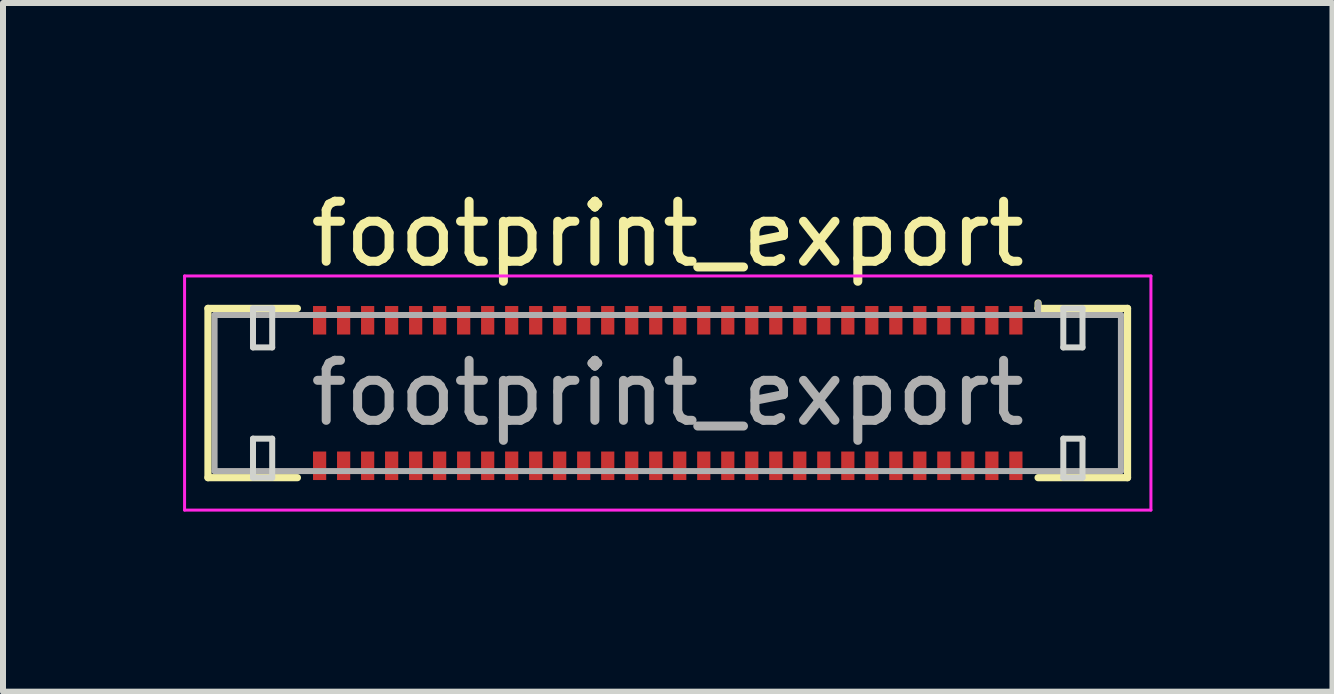
<source format=kicad_pcb>
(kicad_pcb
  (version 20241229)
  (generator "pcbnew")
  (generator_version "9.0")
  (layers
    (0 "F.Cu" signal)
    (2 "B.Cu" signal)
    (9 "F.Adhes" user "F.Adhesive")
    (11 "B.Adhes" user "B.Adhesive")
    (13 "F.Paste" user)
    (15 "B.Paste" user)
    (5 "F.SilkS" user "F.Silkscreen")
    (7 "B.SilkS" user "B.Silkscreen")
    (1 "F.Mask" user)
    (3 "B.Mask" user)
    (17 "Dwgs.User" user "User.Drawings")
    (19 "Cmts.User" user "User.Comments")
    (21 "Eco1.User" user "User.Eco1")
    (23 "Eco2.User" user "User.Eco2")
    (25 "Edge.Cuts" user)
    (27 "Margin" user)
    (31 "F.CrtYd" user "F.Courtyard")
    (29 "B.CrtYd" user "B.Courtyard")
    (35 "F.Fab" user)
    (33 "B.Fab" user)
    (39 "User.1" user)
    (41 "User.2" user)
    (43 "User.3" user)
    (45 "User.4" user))
  (footprint "footprint_export"
    (layer "F.Cu")
    (at 8.075 3.498)
    (property "Reference" "footprint_export" (at 0 -2.65 0) (layer "F.SilkS") (effects (font (size 1 1) (thickness 0.15))))
    (attr smd)
    (fp_line (start -7.66 -1.41) (end -6.17 -1.41) (stroke (width 0.12) (type solid)) (layer "F.SilkS"))
    (fp_line (start -7.66 1.41) (end -7.66 -1.41) (stroke (width 0.12) (type solid)) (layer "F.SilkS"))
    (fp_line (start -6.17 1.41) (end -7.66 1.41) (stroke (width 0.12) (type solid)) (layer "F.SilkS"))
    (fp_line (start 6.17 -1.41) (end 6.17 -1.5) (stroke (width 0.12) (type solid)) (layer "F.SilkS"))
    (fp_line (start 6.17 1.41) (end 7.66 1.41) (stroke (width 0.12) (type solid)) (layer "F.SilkS"))
    (fp_line (start 7.66 -1.41) (end 6.17 -1.41) (stroke (width 0.12) (type solid)) (layer "F.SilkS"))
    (fp_line (start 7.66 1.41) (end 7.66 -1.41) (stroke (width 0.12) (type solid)) (layer "F.SilkS"))
    (fp_line (start -6.91 -1.41) (end -6.91 -0.76) (stroke (width 0.1) (type solid)) (layer "Edge.Cuts"))
    (fp_line (start -6.91 -0.76) (end -6.59 -0.76) (stroke (width 0.1) (type solid)) (layer "Edge.Cuts"))
    (fp_line (start -6.91 0.76) (end -6.91 1.41) (stroke (width 0.1) (type solid)) (layer "Edge.Cuts"))
    (fp_line (start -6.91 1.41) (end -6.59 1.41) (stroke (width 0.1) (type solid)) (layer "Edge.Cuts"))
    (fp_line (start -6.59 -1.41) (end -6.91 -1.41) (stroke (width 0.1) (type solid)) (layer "Edge.Cuts"))
    (fp_line (start -6.59 -0.76) (end -6.59 -1.41) (stroke (width 0.1) (type solid)) (layer "Edge.Cuts"))
    (fp_line (start -6.59 0.76) (end -6.91 0.76) (stroke (width 0.1) (type solid)) (layer "Edge.Cuts"))
    (fp_line (start -6.59 1.41) (end -6.59 0.76) (stroke (width 0.1) (type solid)) (layer "Edge.Cuts"))
    (fp_line (start 6.59 -1.41) (end 6.59 -0.76) (stroke (width 0.1) (type solid)) (layer "Edge.Cuts"))
    (fp_line (start 6.59 -0.76) (end 6.91 -0.76) (stroke (width 0.1) (type solid)) (layer "Edge.Cuts"))
    (fp_line (start 6.59 0.76) (end 6.59 1.41) (stroke (width 0.1) (type solid)) (layer "Edge.Cuts"))
    (fp_line (start 6.59 1.41) (end 6.91 1.41) (stroke (width 0.1) (type solid)) (layer "Edge.Cuts"))
    (fp_line (start 6.91 -1.41) (end 6.59 -1.41) (stroke (width 0.1) (type solid)) (layer "Edge.Cuts"))
    (fp_line (start 6.91 -0.76) (end 6.91 -1.41) (stroke (width 0.1) (type solid)) (layer "Edge.Cuts"))
    (fp_line (start 6.91 0.76) (end 6.59 0.76) (stroke (width 0.1) (type solid)) (layer "Edge.Cuts"))
    (fp_line (start 6.91 1.41) (end 6.91 0.76) (stroke (width 0.1) (type solid)) (layer "Edge.Cuts"))
    (fp_line (start -8.05 -1.95) (end -8.05 1.95) (stroke (width 0.05) (type solid)) (layer "F.CrtYd"))
    (fp_line (start -8.05 1.95) (end 8.05 1.95) (stroke (width 0.05) (type solid)) (layer "F.CrtYd"))
    (fp_line (start 8.05 -1.95) (end -8.05 -1.95) (stroke (width 0.05) (type solid)) (layer "F.CrtYd"))
    (fp_line (start 8.05 1.95) (end 8.05 -1.95) (stroke (width 0.05) (type solid)) (layer "F.CrtYd"))
    (fp_line (start -7.55 -1.3) (end -7.55 1.3) (stroke (width 0.1) (type solid)) (layer "F.Fab"))
    (fp_line (start -7.55 1.3) (end 7.55 1.3) (stroke (width 0.1) (type solid)) (layer "F.Fab"))
    (fp_line (start 6.17 -1.3) (end 6.17 -1.5) (stroke (width 0.1) (type solid)) (layer "F.Fab"))
    (fp_line (start 7.55 -1.3) (end -7.55 -1.3) (stroke (width 0.1) (type solid)) (layer "F.Fab"))
    (fp_line (start 7.55 1.3) (end 7.55 -1.3) (stroke (width 0.1) (type solid)) (layer "F.Fab"))
    (fp_text user "${REFERENCE}" (at 0 0 0) (layer "F.Fab") (effects (font (size 1 1) (thickness 0.15))))
    (pad "1" smd rect (at 5.8 -1.212) (size 0.22 0.475) (layers "F.Cu" "F.Mask" "F.Paste"))
    (pad "2" smd rect (at 5.8 1.212) (size 0.22 0.475) (layers "F.Cu" "F.Mask" "F.Paste"))
    (pad "3" smd rect (at 5.4 -1.212) (size 0.22 0.475) (layers "F.Cu" "F.Mask" "F.Paste"))
    (pad "4" smd rect (at 5.4 1.212) (size 0.22 0.475) (layers "F.Cu" "F.Mask" "F.Paste"))
    (pad "5" smd rect (at 5 -1.212) (size 0.22 0.475) (layers "F.Cu" "F.Mask" "F.Paste"))
    (pad "6" smd rect (at 5 1.212) (size 0.22 0.475) (layers "F.Cu" "F.Mask" "F.Paste"))
    (pad "7" smd rect (at 4.6 -1.212) (size 0.22 0.475) (layers "F.Cu" "F.Mask" "F.Paste"))
    (pad "8" smd rect (at 4.6 1.212) (size 0.22 0.475) (layers "F.Cu" "F.Mask" "F.Paste"))
    (pad "9" smd rect (at 4.2 -1.212) (size 0.22 0.475) (layers "F.Cu" "F.Mask" "F.Paste"))
    (pad "10" smd rect (at 4.2 1.212) (size 0.22 0.475) (layers "F.Cu" "F.Mask" "F.Paste"))
    (pad "11" smd rect (at 3.8 -1.212) (size 0.22 0.475) (layers "F.Cu" "F.Mask" "F.Paste"))
    (pad "12" smd rect (at 3.8 1.212) (size 0.22 0.475) (layers "F.Cu" "F.Mask" "F.Paste"))
    (pad "13" smd rect (at 3.4 -1.212) (size 0.22 0.475) (layers "F.Cu" "F.Mask" "F.Paste"))
    (pad "14" smd rect (at 3.4 1.212) (size 0.22 0.475) (layers "F.Cu" "F.Mask" "F.Paste"))
    (pad "15" smd rect (at 3 -1.212) (size 0.22 0.475) (layers "F.Cu" "F.Mask" "F.Paste"))
    (pad "16" smd rect (at 3 1.212) (size 0.22 0.475) (layers "F.Cu" "F.Mask" "F.Paste"))
    (pad "17" smd rect (at 2.6 -1.212) (size 0.22 0.475) (layers "F.Cu" "F.Mask" "F.Paste"))
    (pad "18" smd rect (at 2.6 1.212) (size 0.22 0.475) (layers "F.Cu" "F.Mask" "F.Paste"))
    (pad "19" smd rect (at 2.2 -1.212) (size 0.22 0.475) (layers "F.Cu" "F.Mask" "F.Paste"))
    (pad "20" smd rect (at 2.2 1.212) (size 0.22 0.475) (layers "F.Cu" "F.Mask" "F.Paste"))
    (pad "21" smd rect (at 1.8 -1.212) (size 0.22 0.475) (layers "F.Cu" "F.Mask" "F.Paste"))
    (pad "22" smd rect (at 1.8 1.212) (size 0.22 0.475) (layers "F.Cu" "F.Mask" "F.Paste"))
    (pad "23" smd rect (at 1.4 -1.212) (size 0.22 0.475) (layers "F.Cu" "F.Mask" "F.Paste"))
    (pad "24" smd rect (at 1.4 1.212) (size 0.22 0.475) (layers "F.Cu" "F.Mask" "F.Paste"))
    (pad "25" smd rect (at 1 -1.212) (size 0.22 0.475) (layers "F.Cu" "F.Mask" "F.Paste"))
    (pad "26" smd rect (at 1 1.212) (size 0.22 0.475) (layers "F.Cu" "F.Mask" "F.Paste"))
    (pad "27" smd rect (at 0.6 -1.212) (size 0.22 0.475) (layers "F.Cu" "F.Mask" "F.Paste"))
    (pad "28" smd rect (at 0.6 1.212) (size 0.22 0.475) (layers "F.Cu" "F.Mask" "F.Paste"))
    (pad "29" smd rect (at 0.2 -1.212) (size 0.22 0.475) (layers "F.Cu" "F.Mask" "F.Paste"))
    (pad "30" smd rect (at 0.2 1.212) (size 0.22 0.475) (layers "F.Cu" "F.Mask" "F.Paste"))
    (pad "31" smd rect (at -0.2 -1.212) (size 0.22 0.475) (layers "F.Cu" "F.Mask" "F.Paste"))
    (pad "32" smd rect (at -0.2 1.212) (size 0.22 0.475) (layers "F.Cu" "F.Mask" "F.Paste"))
    (pad "33" smd rect (at -0.6 -1.212) (size 0.22 0.475) (layers "F.Cu" "F.Mask" "F.Paste"))
    (pad "34" smd rect (at -0.6 1.212) (size 0.22 0.475) (layers "F.Cu" "F.Mask" "F.Paste"))
    (pad "35" smd rect (at -1 -1.212) (size 0.22 0.475) (layers "F.Cu" "F.Mask" "F.Paste"))
    (pad "36" smd rect (at -1 1.212) (size 0.22 0.475) (layers "F.Cu" "F.Mask" "F.Paste"))
    (pad "37" smd rect (at -1.4 -1.212) (size 0.22 0.475) (layers "F.Cu" "F.Mask" "F.Paste"))
    (pad "38" smd rect (at -1.4 1.212) (size 0.22 0.475) (layers "F.Cu" "F.Mask" "F.Paste"))
    (pad "39" smd rect (at -1.8 -1.212) (size 0.22 0.475) (layers "F.Cu" "F.Mask" "F.Paste"))
    (pad "40" smd rect (at -1.8 1.212) (size 0.22 0.475) (layers "F.Cu" "F.Mask" "F.Paste"))
    (pad "41" smd rect (at -2.2 -1.212) (size 0.22 0.475) (layers "F.Cu" "F.Mask" "F.Paste"))
    (pad "42" smd rect (at -2.2 1.212) (size 0.22 0.475) (layers "F.Cu" "F.Mask" "F.Paste"))
    (pad "43" smd rect (at -2.6 -1.212) (size 0.22 0.475) (layers "F.Cu" "F.Mask" "F.Paste"))
    (pad "44" smd rect (at -2.6 1.212) (size 0.22 0.475) (layers "F.Cu" "F.Mask" "F.Paste"))
    (pad "45" smd rect (at -3 -1.212) (size 0.22 0.475) (layers "F.Cu" "F.Mask" "F.Paste"))
    (pad "46" smd rect (at -3 1.212) (size 0.22 0.475) (layers "F.Cu" "F.Mask" "F.Paste"))
    (pad "47" smd rect (at -3.4 -1.212) (size 0.22 0.475) (layers "F.Cu" "F.Mask" "F.Paste"))
    (pad "48" smd rect (at -3.4 1.212) (size 0.22 0.475) (layers "F.Cu" "F.Mask" "F.Paste"))
    (pad "49" smd rect (at -3.8 -1.212) (size 0.22 0.475) (layers "F.Cu" "F.Mask" "F.Paste"))
    (pad "50" smd rect (at -3.8 1.212) (size 0.22 0.475) (layers "F.Cu" "F.Mask" "F.Paste"))
    (pad "51" smd rect (at -4.2 -1.212) (size 0.22 0.475) (layers "F.Cu" "F.Mask" "F.Paste"))
    (pad "52" smd rect (at -4.2 1.212) (size 0.22 0.475) (layers "F.Cu" "F.Mask" "F.Paste"))
    (pad "53" smd rect (at -4.6 -1.212) (size 0.22 0.475) (layers "F.Cu" "F.Mask" "F.Paste"))
    (pad "54" smd rect (at -4.6 1.212) (size 0.22 0.475) (layers "F.Cu" "F.Mask" "F.Paste"))
    (pad "55" smd rect (at -5 -1.212) (size 0.22 0.475) (layers "F.Cu" "F.Mask" "F.Paste"))
    (pad "56" smd rect (at -5 1.212) (size 0.22 0.475) (layers "F.Cu" "F.Mask" "F.Paste"))
    (pad "57" smd rect (at -5.4 -1.212) (size 0.22 0.475) (layers "F.Cu" "F.Mask" "F.Paste"))
    (pad "58" smd rect (at -5.4 1.212) (size 0.22 0.475) (layers "F.Cu" "F.Mask" "F.Paste"))
    (pad "59" smd rect (at -5.8 -1.212) (size 0.22 0.475) (layers "F.Cu" "F.Mask" "F.Paste"))
    (pad "60" smd rect (at -5.8 1.212) (size 0.22 0.475) (layers "F.Cu" "F.Mask" "F.Paste")))
  (gr_rect
    (start -3 -3)
    (end 19.15 8.473)
    (stroke (width 0.1) (type default))
    (fill no)
    (layer "Edge.Cuts")))
</source>
